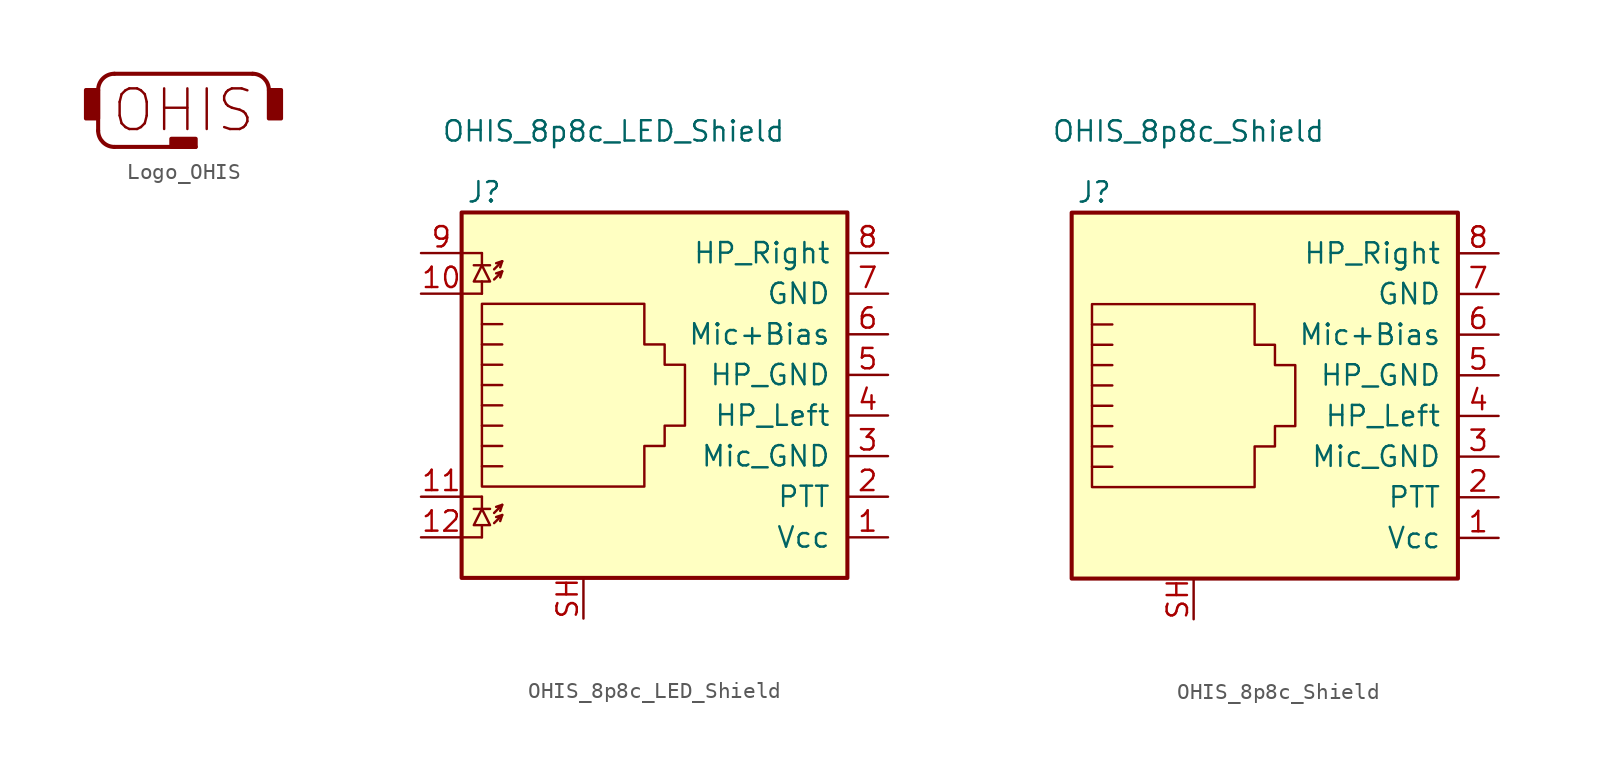
<source format=kicad_sym>
(kicad_symbol_lib
  (version 20220914)
  (generator kicad_symbol_editor)
  (symbol "Logo_OHIS"
    (property "Reference" "G"
      (at 0 -6.604 0)
      (effects (font (size 1.27 1.27)) hide))
    (symbol "Logo_OHIS_0_0"
      (rectangle (start -6.096 1.27) (end -5.334 -0.508) (stroke (width 0.254) (type default)) (fill (type outline)))
      (arc (start -5.3341 -1.2701) (mid -5.0365 -1.9885) (end -4.3181 -2.2861) (stroke (width 0.254) (type default)) (fill (type none)))
      (arc (start -4.318 2.286) (mid -5.0364 1.9884) (end -5.334 1.27) (stroke (width 0.254) (type default)) (fill (type none)))
      (rectangle (start -0.762 -1.778) (end 0.762 -2.286) (stroke (width 0.254) (type default)) (fill (type outline)))
      (polyline (pts (xy -5.334 1.27) (xy -5.334 -1.27)) (stroke (width 0.254) (type default)) (fill (type none)))
      (polyline (pts (xy -4.318 -2.286) (xy 0.762 -2.286)) (stroke (width 0.254) (type default)) (fill (type none)))
      (polyline (pts (xy 4.318 2.286) (xy -4.318 2.286)) (stroke (width 0.254) (type default)) (fill (type none)))
      (arc (start 5.3341 1.2701) (mid 5.0365 1.9885) (end 4.3181 2.2861) (stroke (width 0.254) (type default)) (fill (type none)))
      (rectangle (start 5.334 1.27) (end 6.096 -0.508) (stroke (width 0.254) (type default)) (fill (type outline)))
      (text "OHIS" (at 0 0 0) (effects (font (size 2.54 2.54))))))
  (symbol "OHIS_8p8c_LED_Shield"
    (pin_names
      (offset 1.016))
    (property "Reference" "J"
      (at -5.08 13.97 0)
      (effects (font (size 1.27 1.27)) (justify right)))
    (property "Value" "OHIS_8p8c_LED_Shield"
      (at -8.89 17.78 0)
      (effects (font (size 1.27 1.27)) (justify left)))
    (symbol "OHIS_8p8c_LED_Shield_0_1"
      (rectangle (start -7.62 12.7) (end 16.51 -10.16) (stroke (width 0.254) (type default)) (fill (type background)))
      (polyline (pts (xy -7.62 -7.62) (xy -6.35 -7.62)) (stroke (width 0) (type default)) (fill (type none)))
      (polyline (pts (xy -7.62 -5.08) (xy -6.35 -5.08)) (stroke (width 0) (type default)) (fill (type none)))
      (polyline (pts (xy -7.62 7.62) (xy -6.35 7.62)) (stroke (width 0) (type default)) (fill (type none)))
      (polyline (pts (xy -7.62 10.16) (xy -6.35 10.16)) (stroke (width 0) (type default)) (fill (type none)))
      (polyline (pts (xy -6.858 -5.842) (xy -5.842 -5.842)) (stroke (width 0) (type default)) (fill (type none)))
      (polyline (pts (xy -6.858 9.398) (xy -5.842 9.398)) (stroke (width 0) (type default)) (fill (type none)))
      (polyline (pts (xy -6.35 -7.62) (xy -6.35 -6.858)) (stroke (width 0) (type default)) (fill (type none)))
      (polyline (pts (xy -6.35 -5.08) (xy -6.35 -5.842)) (stroke (width 0) (type default)) (fill (type none)))
      (polyline (pts (xy -6.35 7.62) (xy -6.35 8.382)) (stroke (width 0) (type default)) (fill (type none)))
      (polyline (pts (xy -6.35 10.16) (xy -6.35 9.398)) (stroke (width 0) (type default)) (fill (type none)))
      (polyline (pts (xy -5.08 -6.223) (xy -5.207 -6.604)) (stroke (width 0) (type default)) (fill (type none)))
      (polyline (pts (xy -5.08 -5.588) (xy -5.207 -5.969)) (stroke (width 0) (type default)) (fill (type none)))
      (polyline (pts (xy -5.08 4.445) (xy -6.35 4.445)) (stroke (width 0) (type default)) (fill (type none)))
      (polyline (pts (xy -5.08 5.715) (xy -6.35 5.715)) (stroke (width 0) (type default)) (fill (type none)))
      (polyline (pts (xy -5.08 9.017) (xy -5.207 8.636)) (stroke (width 0) (type default)) (fill (type none)))
      (polyline (pts (xy -5.08 9.652) (xy -5.207 9.271)) (stroke (width 0) (type default)) (fill (type none)))
      (polyline (pts (xy -6.35 -3.175) (xy -5.08 -3.175) (xy -5.08 -3.175)) (stroke (width 0) (type default)) (fill (type none)))
      (polyline (pts (xy -6.35 -1.905) (xy -5.08 -1.905) (xy -5.08 -1.905)) (stroke (width 0) (type default)) (fill (type none)))
      (polyline (pts (xy -6.35 -0.635) (xy -5.08 -0.635) (xy -5.08 -0.635)) (stroke (width 0) (type default)) (fill (type none)))
      (polyline (pts (xy -6.35 0.635) (xy -5.08 0.635) (xy -5.08 0.635)) (stroke (width 0) (type default)) (fill (type none)))
      (polyline (pts (xy -6.35 1.905) (xy -5.08 1.905) (xy -5.08 1.905)) (stroke (width 0) (type default)) (fill (type none)))
      (polyline (pts (xy -5.588 -6.731) (xy -5.08 -6.223) (xy -5.461 -6.35)) (stroke (width 0) (type default)) (fill (type none)))
      (polyline (pts (xy -5.588 -6.096) (xy -5.08 -5.588) (xy -5.461 -5.715)) (stroke (width 0) (type default)) (fill (type none)))
      (polyline (pts (xy -5.588 8.509) (xy -5.08 9.017) (xy -5.461 8.89)) (stroke (width 0) (type default)) (fill (type none)))
      (polyline (pts (xy -5.588 9.144) (xy -5.08 9.652) (xy -5.461 9.525)) (stroke (width 0) (type default)) (fill (type none)))
      (polyline (pts (xy -5.08 3.175) (xy -6.35 3.175) (xy -6.35 3.175)) (stroke (width 0) (type default)) (fill (type none)))
      (polyline (pts (xy -6.35 -5.842) (xy -6.858 -6.858) (xy -5.842 -6.858) (xy -6.35 -5.842)) (stroke (width 0) (type default)) (fill (type none)))
      (polyline (pts (xy -6.35 9.398) (xy -6.858 8.382) (xy -5.842 8.382) (xy -6.35 9.398)) (stroke (width 0) (type default)) (fill (type none)))
      (polyline (pts (xy -6.35 -4.445) (xy -6.35 6.985) (xy 3.81 6.985) (xy 3.81 4.445) (xy 5.08 4.445) (xy 5.08 3.175) (xy 6.35 3.175) (xy 6.35 -0.635) (xy 5.08 -0.635) (xy 5.08 -1.905) (xy 3.81 -1.905) (xy 3.81 -4.445) (xy -6.35 -4.445) (xy -6.35 -4.445)) (stroke (width 0) (type default)) (fill (type none))))
    (symbol "OHIS_8p8c_LED_Shield_1_1"
      (pin passive line (at 19.05 -7.62 180) (length 2.54) (name "Vcc" (effects (font (size 1.27 1.27)))) (number "1" (effects (font (size 1.27 1.27)))))
      (pin passive line (at -10.16 7.62 0) (length 2.54) (name "~" (effects (font (size 1.27 1.27)))) (number "10" (effects (font (size 1.27 1.27)))))
      (pin passive line (at -10.16 -5.08 0) (length 2.54) (name "~" (effects (font (size 1.27 1.27)))) (number "11" (effects (font (size 1.27 1.27)))))
      (pin passive line (at -10.16 -7.62 0) (length 2.54) (name "~" (effects (font (size 1.27 1.27)))) (number "12" (effects (font (size 1.27 1.27)))))
      (pin passive line (at 19.05 -5.08 180) (length 2.54) (name "PTT" (effects (font (size 1.27 1.27)))) (number "2" (effects (font (size 1.27 1.27)))))
      (pin passive line (at 19.05 -2.54 180) (length 2.54) (name "Mic_GND" (effects (font (size 1.27 1.27)))) (number "3" (effects (font (size 1.27 1.27)))))
      (pin passive line (at 19.05 0 180) (length 2.54) (name "HP_Left" (effects (font (size 1.27 1.27)))) (number "4" (effects (font (size 1.27 1.27)))))
      (pin passive line (at 19.05 2.54 180) (length 2.54) (name "HP_GND" (effects (font (size 1.27 1.27)))) (number "5" (effects (font (size 1.27 1.27)))))
      (pin passive line (at 19.05 5.08 180) (length 2.54) (name "Mic+Bias" (effects (font (size 1.27 1.27)))) (number "6" (effects (font (size 1.27 1.27)))))
      (pin passive line (at 19.05 7.62 180) (length 2.54) (name "GND" (effects (font (size 1.27 1.27)))) (number "7" (effects (font (size 1.27 1.27)))))
      (pin passive line (at 19.05 10.16 180) (length 2.54) (name "HP_Right" (effects (font (size 1.27 1.27)))) (number "8" (effects (font (size 1.27 1.27)))))
      (pin passive line (at -10.16 10.16 0) (length 2.54) (name "~" (effects (font (size 1.27 1.27)))) (number "9" (effects (font (size 1.27 1.27)))))
      (pin passive line (at 0 -12.7 90) (length 2.54) (name "~" (effects (font (size 1.27 1.27)))) (number "SH" (effects (font (size 1.27 1.27)))))))
  (symbol "OHIS_8p8c_Shield"
    (pin_names
      (offset 1.016))
    (property "Reference" "J"
      (at -5.08 13.97 0)
      (effects (font (size 1.27 1.27)) (justify right)))
    (property "Value" "OHIS_8p8c_Shield"
      (at -8.89 17.78 0)
      (effects (font (size 1.27 1.27)) (justify left)))
    (symbol "OHIS_8p8c_Shield_0_1"
      (rectangle (start -7.62 12.7) (end 16.51 -10.16) (stroke (width 0.254) (type default)) (fill (type background)))
      (polyline (pts (xy -5.08 4.445) (xy -6.35 4.445)) (stroke (width 0) (type default)) (fill (type none)))
      (polyline (pts (xy -5.08 5.715) (xy -6.35 5.715)) (stroke (width 0) (type default)) (fill (type none)))
      (polyline (pts (xy -6.35 -3.175) (xy -5.08 -3.175) (xy -5.08 -3.175)) (stroke (width 0) (type default)) (fill (type none)))
      (polyline (pts (xy -6.35 -1.905) (xy -5.08 -1.905) (xy -5.08 -1.905)) (stroke (width 0) (type default)) (fill (type none)))
      (polyline (pts (xy -6.35 -0.635) (xy -5.08 -0.635) (xy -5.08 -0.635)) (stroke (width 0) (type default)) (fill (type none)))
      (polyline (pts (xy -6.35 0.635) (xy -5.08 0.635) (xy -5.08 0.635)) (stroke (width 0) (type default)) (fill (type none)))
      (polyline (pts (xy -6.35 1.905) (xy -5.08 1.905) (xy -5.08 1.905)) (stroke (width 0) (type default)) (fill (type none)))
      (polyline (pts (xy -5.08 3.175) (xy -6.35 3.175) (xy -6.35 3.175)) (stroke (width 0) (type default)) (fill (type none)))
      (polyline (pts (xy -6.35 -4.445) (xy -6.35 6.985) (xy 3.81 6.985) (xy 3.81 4.445) (xy 5.08 4.445) (xy 5.08 3.175) (xy 6.35 3.175) (xy 6.35 -0.635) (xy 5.08 -0.635) (xy 5.08 -1.905) (xy 3.81 -1.905) (xy 3.81 -4.445) (xy -6.35 -4.445) (xy -6.35 -4.445)) (stroke (width 0) (type default)) (fill (type none))))
    (symbol "OHIS_8p8c_Shield_1_1"
      (pin passive line (at 19.05 -7.62 180) (length 2.54) (name "Vcc" (effects (font (size 1.27 1.27)))) (number "1" (effects (font (size 1.27 1.27)))))
      (pin passive line (at 19.05 -5.08 180) (length 2.54) (name "PTT" (effects (font (size 1.27 1.27)))) (number "2" (effects (font (size 1.27 1.27)))))
      (pin passive line (at 19.05 -2.54 180) (length 2.54) (name "Mic_GND" (effects (font (size 1.27 1.27)))) (number "3" (effects (font (size 1.27 1.27)))))
      (pin passive line (at 19.05 0 180) (length 2.54) (name "HP_Left" (effects (font (size 1.27 1.27)))) (number "4" (effects (font (size 1.27 1.27)))))
      (pin passive line (at 19.05 2.54 180) (length 2.54) (name "HP_GND" (effects (font (size 1.27 1.27)))) (number "5" (effects (font (size 1.27 1.27)))))
      (pin passive line (at 19.05 5.08 180) (length 2.54) (name "Mic+Bias" (effects (font (size 1.27 1.27)))) (number "6" (effects (font (size 1.27 1.27)))))
      (pin passive line (at 19.05 7.62 180) (length 2.54) (name "GND" (effects (font (size 1.27 1.27)))) (number "7" (effects (font (size 1.27 1.27)))))
      (pin passive line (at 19.05 10.16 180) (length 2.54) (name "HP_Right" (effects (font (size 1.27 1.27)))) (number "8" (effects (font (size 1.27 1.27)))))
      (pin passive line (at 0 -12.7 90) (length 2.54) (name "~" (effects (font (size 1.27 1.27)))) (number "SH" (effects (font (size 1.27 1.27))))))))
</source>
